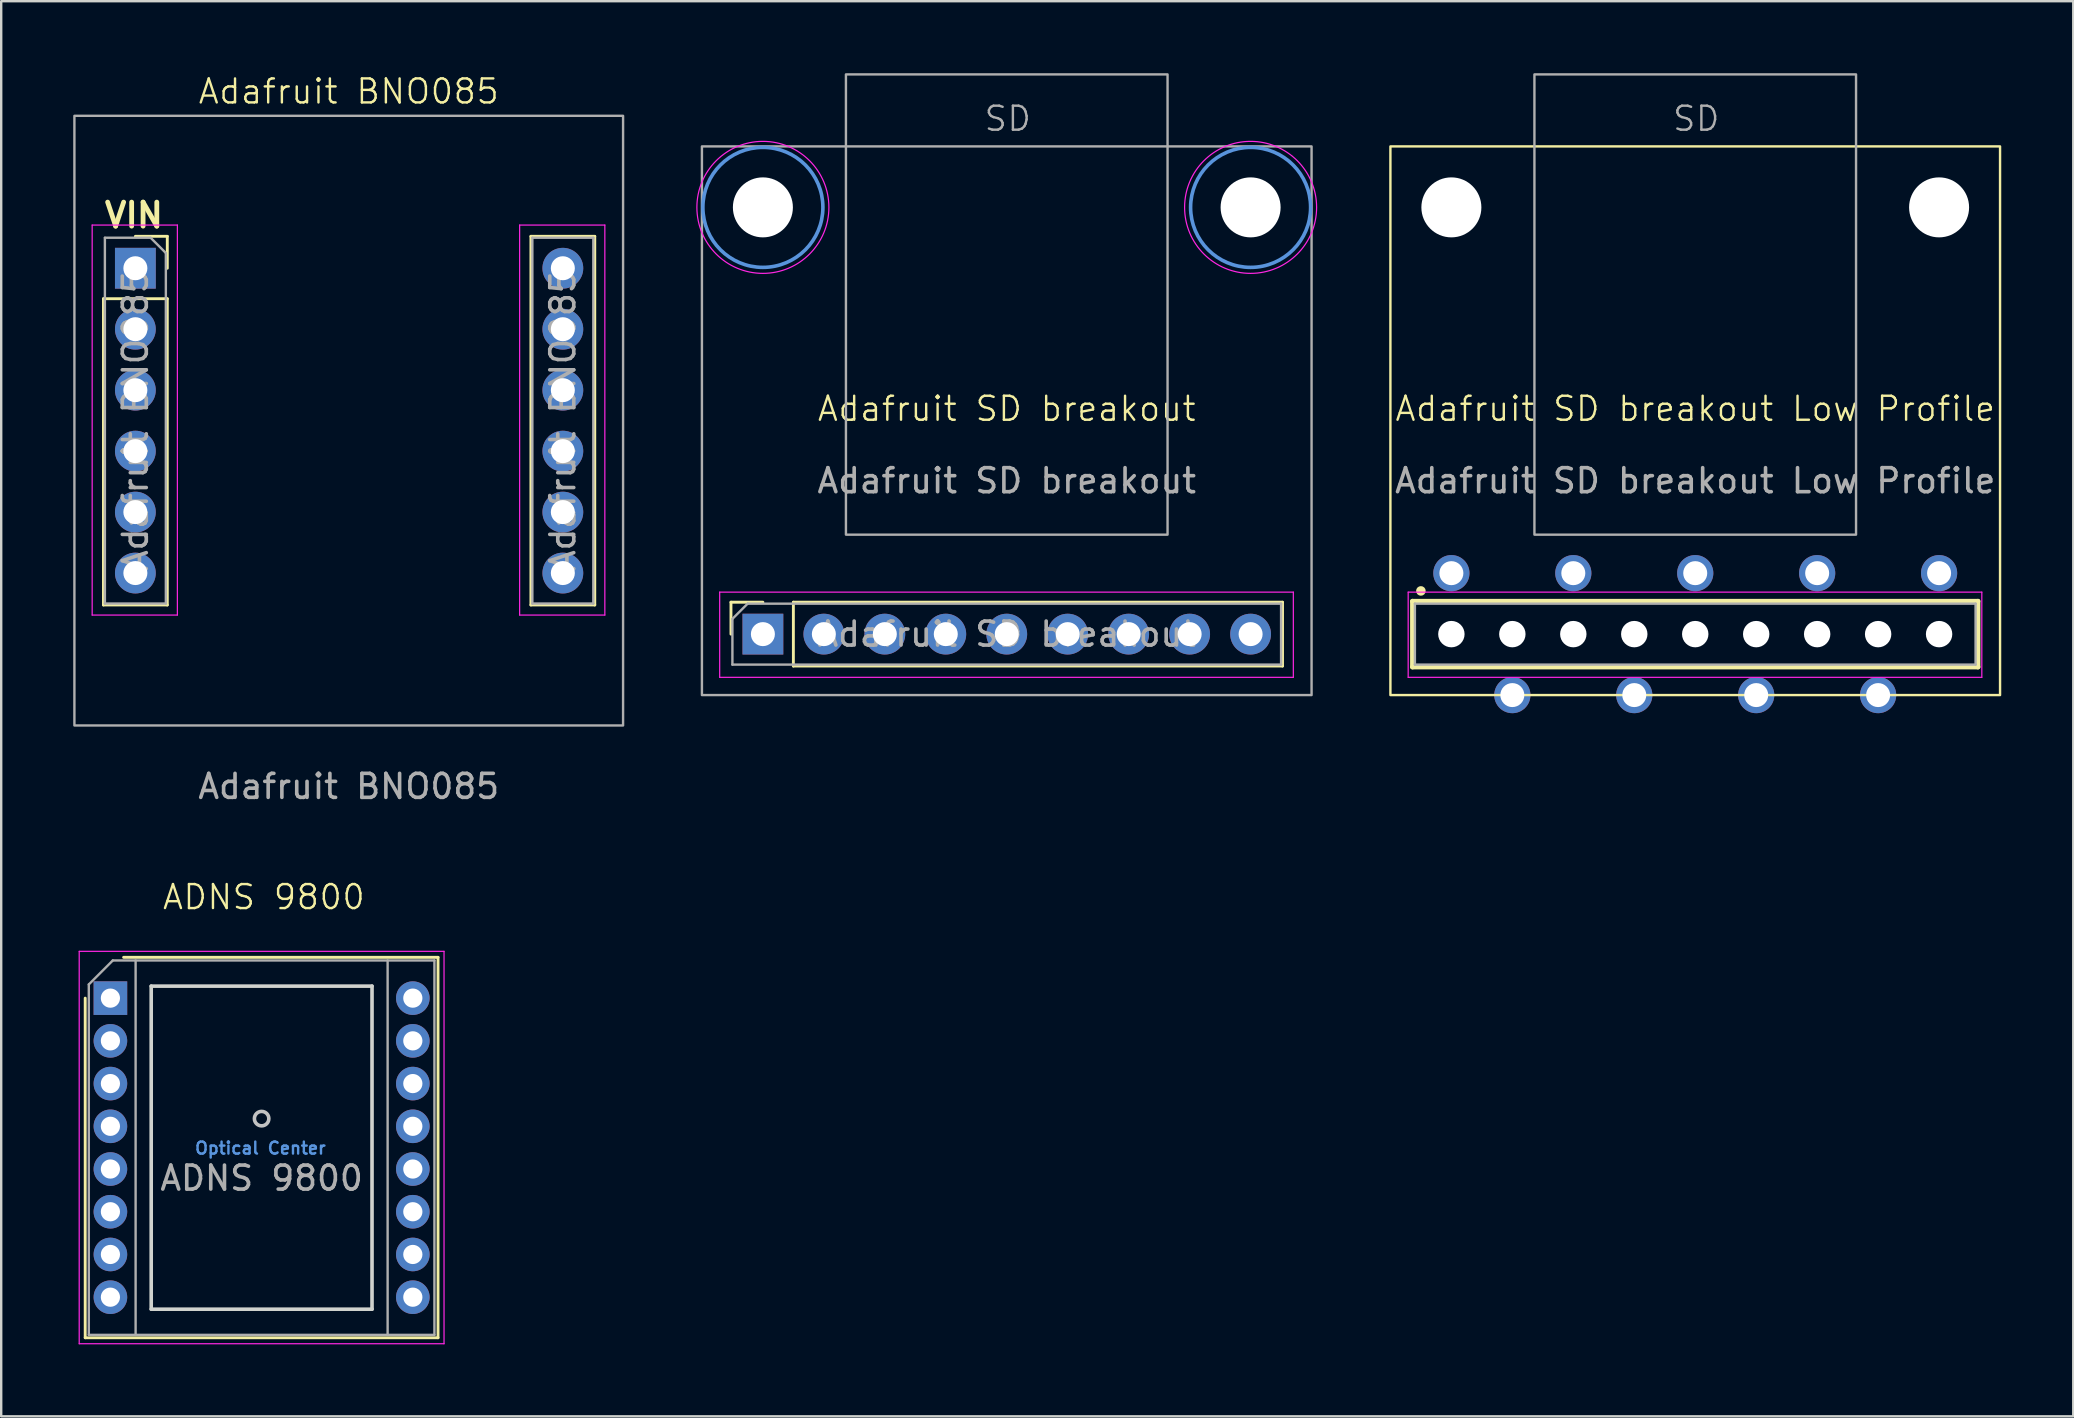
<source format=kicad_pcb>
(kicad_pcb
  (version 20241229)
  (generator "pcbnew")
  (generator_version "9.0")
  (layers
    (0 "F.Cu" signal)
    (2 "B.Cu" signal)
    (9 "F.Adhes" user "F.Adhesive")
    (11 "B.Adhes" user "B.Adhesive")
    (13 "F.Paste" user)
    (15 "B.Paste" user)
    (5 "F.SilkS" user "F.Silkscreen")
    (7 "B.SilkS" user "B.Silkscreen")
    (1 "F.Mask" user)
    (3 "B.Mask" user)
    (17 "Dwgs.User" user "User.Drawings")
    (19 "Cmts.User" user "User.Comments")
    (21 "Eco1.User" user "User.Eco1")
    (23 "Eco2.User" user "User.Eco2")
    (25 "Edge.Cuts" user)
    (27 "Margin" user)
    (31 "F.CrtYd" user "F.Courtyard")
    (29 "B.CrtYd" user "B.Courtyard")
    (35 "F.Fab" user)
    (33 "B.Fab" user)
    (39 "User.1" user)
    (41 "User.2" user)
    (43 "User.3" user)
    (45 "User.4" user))
  (footprint "Adafruit SD breakout Low Profile"
    (layer "F.Cu")
    (at 67.58 14.48)
    (property "Reference" "Adafruit SD breakout Low Profile" (at 0 -0.5 0) (unlocked yes) (layer "F.SilkS") (effects (font (size 1 1) (thickness 0.1))))
    (attr through_hole)
    (fp_line (start -11.78 7.52) (end 11.78 7.52) (stroke (width 0.2) (type solid)) (layer "F.SilkS"))
    (fp_line (start -11.78 10.26) (end -11.78 7.52) (stroke (width 0.2) (type solid)) (layer "F.SilkS"))
    (fp_line (start 11.78 7.52) (end 11.78 10.26) (stroke (width 0.2) (type solid)) (layer "F.SilkS"))
    (fp_line (start 11.78 10.26) (end -11.78 10.26) (stroke (width 0.2) (type solid)) (layer "F.SilkS"))
    (fp_rect (start -12.7 -11.43) (end 12.7 11.43) (stroke (width 0.1) (type default)) (fill no) (layer "F.SilkS"))
    (fp_circle (center -11.43 7.09) (end -11.33 7.09) (stroke (width 0.2) (type solid)) (fill no) (layer "F.SilkS"))
    (fp_line (start -11.96 7.14) (end 11.94 7.14) (stroke (width 0.05) (type solid)) (layer "F.CrtYd"))
    (fp_line (start -11.96 10.69) (end -11.96 7.14) (stroke (width 0.05) (type solid)) (layer "F.CrtYd"))
    (fp_line (start 11.94 7.14) (end 11.94 10.69) (stroke (width 0.05) (type solid)) (layer "F.CrtYd"))
    (fp_line (start 11.94 10.69) (end -11.96 10.69) (stroke (width 0.05) (type solid)) (layer "F.CrtYd"))
    (fp_line (start -11.68 7.62) (end 11.68 7.62) (stroke (width 0.1) (type solid)) (layer "F.Fab"))
    (fp_line (start -11.68 10.16) (end -11.68 7.62) (stroke (width 0.1) (type solid)) (layer "F.Fab"))
    (fp_line (start 11.68 7.62) (end 11.68 10.16) (stroke (width 0.1) (type solid)) (layer "F.Fab"))
    (fp_line (start 11.68 10.16) (end -11.68 10.16) (stroke (width 0.1) (type solid)) (layer "F.Fab"))
    (fp_rect (start -6.7 -14.43) (end 6.7 4.745) (stroke (width 0.1) (type default)) (fill no) (layer "F.Fab"))
    (fp_text user "${REFERENCE}" (at 0 2.5 0) (unlocked yes) (layer "F.Fab") (effects (font (size 1 1) (thickness 0.15))))
    (fp_text user "SD" (at -1 -12 0) (unlocked yes) (layer "F.Fab") (effects (font (size 1 1) (thickness 0.1)) (justify left bottom)))
    (pad "" np_thru_hole circle (at -10.16 -8.89) (size 2.5 2.5) (drill 2.5) (layers "*.Cu" "*.Mask"))
    (pad "" np_thru_hole circle (at -10.16 8.89) (size 1.1 1.1) (drill 1.1) (layers "*.Cu" "*.Mask"))
    (pad "" np_thru_hole circle (at -7.62 8.89) (size 1.1 1.1) (drill 1.1) (layers "*.Cu" "*.Mask"))
    (pad "" np_thru_hole circle (at -5.08 8.89) (size 1.1 1.1) (drill 1.1) (layers "*.Cu" "*.Mask"))
    (pad "" np_thru_hole circle (at -2.54 8.89) (size 1.1 1.1) (drill 1.1) (layers "*.Cu" "*.Mask"))
    (pad "" np_thru_hole circle (at 0 8.89) (size 1.1 1.1) (drill 1.1) (layers "*.Cu" "*.Mask"))
    (pad "" np_thru_hole circle (at 2.54 8.89) (size 1.1 1.1) (drill 1.1) (layers "*.Cu" "*.Mask"))
    (pad "" np_thru_hole circle (at 5.08 8.89) (size 1.1 1.1) (drill 1.1) (layers "*.Cu" "*.Mask"))
    (pad "" np_thru_hole circle (at 7.62 8.89) (size 1.1 1.1) (drill 1.1) (layers "*.Cu" "*.Mask"))
    (pad "" np_thru_hole circle (at 10.16 -8.89) (size 2.5 2.5) (drill 2.5) (layers "*.Cu" "*.Mask"))
    (pad "" np_thru_hole circle (at 10.16 8.89) (size 1.1 1.1) (drill 1.1) (layers "*.Cu" "*.Mask"))
    (pad "1" thru_hole circle (at -10.16 6.35) (size 1.508 1.508) (drill 1) (layers "*.Cu" "*.Mask"))
    (pad "2" thru_hole circle (at -7.62 11.43) (size 1.508 1.508) (drill 1) (layers "*.Cu" "*.Mask"))
    (pad "3" thru_hole circle (at -5.08 6.35) (size 1.508 1.508) (drill 1) (layers "*.Cu" "*.Mask"))
    (pad "4" thru_hole circle (at -2.54 11.43) (size 1.508 1.508) (drill 1) (layers "*.Cu" "*.Mask"))
    (pad "5" thru_hole circle (at 0 6.35) (size 1.508 1.508) (drill 1) (layers "*.Cu" "*.Mask"))
    (pad "6" thru_hole circle (at 2.54 11.43) (size 1.508 1.508) (drill 1) (layers "*.Cu" "*.Mask"))
    (pad "7" thru_hole circle (at 5.08 6.35) (size 1.508 1.508) (drill 1) (layers "*.Cu" "*.Mask"))
    (pad "8" thru_hole circle (at 7.62 11.43) (size 1.508 1.508) (drill 1) (layers "*.Cu" "*.Mask"))
    (pad "9" thru_hole circle (at 10.16 6.35) (size 1.508 1.508) (drill 1) (layers "*.Cu" "*.Mask")))
  (footprint "Adafruit BNO085"
    (layer "F.Cu")
    (at 11.48 14.476)
    (property "Reference" "Adafruit BNO085" (at 0 -13.716 0) (unlocked yes) (layer "F.SilkS") (effects (font (size 1 1) (thickness 0.1))))
    (attr through_hole)
    (fp_line (start -10.22 -5.08) (end -10.22 7.68) (stroke (width 0.12) (type solid)) (layer "F.SilkS"))
    (fp_line (start -10.22 -5.08) (end -7.56 -5.08) (stroke (width 0.12) (type solid)) (layer "F.SilkS"))
    (fp_line (start -10.22 7.68) (end -7.56 7.68) (stroke (width 0.12) (type solid)) (layer "F.SilkS"))
    (fp_line (start -8.89 -7.68) (end -7.56 -7.68) (stroke (width 0.12) (type solid)) (layer "F.SilkS"))
    (fp_line (start -7.56 -7.68) (end -7.56 -6.35) (stroke (width 0.12) (type solid)) (layer "F.SilkS"))
    (fp_line (start -7.56 -5.08) (end -7.56 7.68) (stroke (width 0.12) (type solid)) (layer "F.SilkS"))
    (fp_line (start 7.59 -7.68) (end 7.59 7.68) (stroke (width 0.12) (type solid)) (layer "F.SilkS"))
    (fp_line (start 7.59 -7.68) (end 10.25 -7.68) (stroke (width 0.12) (type solid)) (layer "F.SilkS"))
    (fp_line (start 7.59 7.68) (end 10.25 7.68) (stroke (width 0.12) (type solid)) (layer "F.SilkS"))
    (fp_line (start 10.25 -7.68) (end 10.25 7.68) (stroke (width 0.12) (type solid)) (layer "F.SilkS"))
    (fp_line (start -10.69 -8.15) (end -7.14 -8.15) (stroke (width 0.05) (type solid)) (layer "F.CrtYd"))
    (fp_line (start -10.69 8.1) (end -10.69 -8.15) (stroke (width 0.05) (type solid)) (layer "F.CrtYd"))
    (fp_line (start -7.14 -8.15) (end -7.14 8.1) (stroke (width 0.05) (type solid)) (layer "F.CrtYd"))
    (fp_line (start -7.14 8.1) (end -10.69 8.1) (stroke (width 0.05) (type solid)) (layer "F.CrtYd"))
    (fp_line (start 7.12 -8.15) (end 10.67 -8.15) (stroke (width 0.05) (type solid)) (layer "F.CrtYd"))
    (fp_line (start 7.12 8.1) (end 7.12 -8.15) (stroke (width 0.05) (type solid)) (layer "F.CrtYd"))
    (fp_line (start 10.67 -8.15) (end 10.67 8.1) (stroke (width 0.05) (type solid)) (layer "F.CrtYd"))
    (fp_line (start 10.67 8.1) (end 7.12 8.1) (stroke (width 0.05) (type solid)) (layer "F.CrtYd"))
    (fp_line (start -10.16 -7.62) (end -8.255 -7.62) (stroke (width 0.1) (type solid)) (layer "F.Fab"))
    (fp_line (start -10.16 7.62) (end -10.16 -7.62) (stroke (width 0.1) (type solid)) (layer "F.Fab"))
    (fp_line (start -8.255 -7.62) (end -7.62 -6.985) (stroke (width 0.1) (type solid)) (layer "F.Fab"))
    (fp_line (start -7.62 -6.985) (end -7.62 7.62) (stroke (width 0.1) (type solid)) (layer "F.Fab"))
    (fp_line (start -7.62 7.62) (end -10.16 7.62) (stroke (width 0.1) (type solid)) (layer "F.Fab"))
    (fp_line (start 7.65 -7.62) (end 10.19 -7.62) (stroke (width 0.1) (type solid)) (layer "F.Fab"))
    (fp_line (start 7.65 7.62) (end 7.65 -7.62) (stroke (width 0.1) (type solid)) (layer "F.Fab"))
    (fp_line (start 10.19 -7.62) (end 10.19 7.62) (stroke (width 0.1) (type solid)) (layer "F.Fab"))
    (fp_line (start 10.19 7.62) (end 7.65 7.62) (stroke (width 0.1) (type solid)) (layer "F.Fab"))
    (fp_rect (start -11.43 -12.7) (end 11.43 12.7) (stroke (width 0.1) (type default)) (fill no) (layer "F.Fab"))
    (fp_text user "VIN" (at -10.272 -7.972 0) (unlocked yes) (layer "F.SilkS") (effects (font (size 1 1) (thickness 0.2) (bold yes)) (justify left bottom)))
    (fp_text user "${REFERENCE}" (at -8.89 0 90) (layer "F.Fab") (effects (font (size 1 1) (thickness 0.15))))
    (fp_text user "${REFERENCE}" (at 8.92 0 90) (layer "F.Fab") (effects (font (size 1 1) (thickness 0.15))))
    (fp_text user "${REFERENCE}" (at 0 15.24 0) (unlocked yes) (layer "F.Fab") (effects (font (size 1 1) (thickness 0.15))))
    (pad "1" thru_hole rect (at -8.89 -6.35) (size 1.7 1.7) (drill 1) (layers "*.Cu" "*.Mask"))
    (pad "2" thru_hole oval (at -8.89 -3.81) (size 1.7 1.7) (drill 1) (layers "*.Cu" "*.Mask"))
    (pad "3" thru_hole oval (at -8.89 -1.27) (size 1.7 1.7) (drill 1) (layers "*.Cu" "*.Mask"))
    (pad "4" thru_hole oval (at -8.89 1.27) (size 1.7 1.7) (drill 1) (layers "*.Cu" "*.Mask"))
    (pad "5" thru_hole oval (at -8.89 3.81) (size 1.7 1.7) (drill 1) (layers "*.Cu" "*.Mask"))
    (pad "6" thru_hole oval (at -8.89 6.35) (size 1.7 1.7) (drill 1) (layers "*.Cu" "*.Mask"))
    (pad "7" thru_hole circle (at 8.92 -6.35) (size 1.7 1.7) (drill 1) (layers "*.Cu" "*.Mask"))
    (pad "8" thru_hole oval (at 8.92 -3.81) (size 1.7 1.7) (drill 1) (layers "*.Cu" "*.Mask"))
    (pad "9" thru_hole oval (at 8.92 -1.27) (size 1.7 1.7) (drill 1) (layers "*.Cu" "*.Mask"))
    (pad "10" thru_hole oval (at 8.92 1.27) (size 1.7 1.7) (drill 1) (layers "*.Cu" "*.Mask"))
    (pad "11" thru_hole oval (at 8.92 3.81) (size 1.7 1.7) (drill 1) (layers "*.Cu" "*.Mask"))
    (pad "12" thru_hole oval (at 8.92 6.35) (size 1.7 1.7) (drill 1) (layers "*.Cu" "*.Mask")))
  (footprint "Adafruit SD breakout"
    (layer "F.Cu")
    (at 38.895 14.48)
    (property "Reference" "Adafruit SD breakout" (at 0 -0.5 0) (unlocked yes) (layer "F.SilkS") (effects (font (size 1 1) (thickness 0.1))))
    (attr through_hole)
    (fp_line (start -11.49 7.56) (end -10.16 7.56) (stroke (width 0.12) (type solid)) (layer "F.SilkS"))
    (fp_line (start -11.49 8.89) (end -11.49 7.56) (stroke (width 0.12) (type solid)) (layer "F.SilkS"))
    (fp_line (start -8.89 7.56) (end 11.49 7.56) (stroke (width 0.12) (type solid)) (layer "F.SilkS"))
    (fp_line (start -8.89 10.22) (end -8.89 7.56) (stroke (width 0.12) (type solid)) (layer "F.SilkS"))
    (fp_line (start -8.89 10.22) (end 11.49 10.22) (stroke (width 0.12) (type solid)) (layer "F.SilkS"))
    (fp_line (start 11.49 10.22) (end 11.49 7.56) (stroke (width 0.12) (type solid)) (layer "F.SilkS"))
    (fp_circle (center -10.16 -8.89) (end -7.66 -8.89) (stroke (width 0.15) (type solid)) (fill no) (layer "Cmts.User"))
    (fp_circle (center 10.16 -8.89) (end 12.66 -8.89) (stroke (width 0.15) (type solid)) (fill no) (layer "Cmts.User"))
    (fp_line (start -11.96 7.14) (end 11.94 7.14) (stroke (width 0.05) (type solid)) (layer "F.CrtYd"))
    (fp_line (start -11.96 10.69) (end -11.96 7.14) (stroke (width 0.05) (type solid)) (layer "F.CrtYd"))
    (fp_line (start 11.94 7.14) (end 11.94 10.69) (stroke (width 0.05) (type solid)) (layer "F.CrtYd"))
    (fp_line (start 11.94 10.69) (end -11.96 10.69) (stroke (width 0.05) (type solid)) (layer "F.CrtYd"))
    (fp_circle (center -10.16 -8.89) (end -7.41 -8.89) (stroke (width 0.05) (type solid)) (fill no) (layer "F.CrtYd"))
    (fp_circle (center 10.16 -8.89) (end 12.91 -8.89) (stroke (width 0.05) (type solid)) (fill no) (layer "F.CrtYd"))
    (fp_line (start -11.43 8.255) (end -10.795 7.62) (stroke (width 0.1) (type solid)) (layer "F.Fab"))
    (fp_line (start -11.43 10.16) (end -11.43 8.255) (stroke (width 0.1) (type solid)) (layer "F.Fab"))
    (fp_line (start -10.795 7.62) (end 11.43 7.62) (stroke (width 0.1) (type solid)) (layer "F.Fab"))
    (fp_line (start 11.43 7.62) (end 11.43 10.16) (stroke (width 0.1) (type solid)) (layer "F.Fab"))
    (fp_line (start 11.43 10.16) (end -11.43 10.16) (stroke (width 0.1) (type solid)) (layer "F.Fab"))
    (fp_rect (start -12.7 -11.43) (end 12.7 11.43) (stroke (width 0.1) (type default)) (fill no) (layer "F.Fab"))
    (fp_rect (start -6.7 -14.43) (end 6.7 4.745) (stroke (width 0.1) (type default)) (fill no) (layer "F.Fab"))
    (fp_text user "${REFERENCE}" (at 0 2.5 0) (unlocked yes) (layer "F.Fab") (effects (font (size 1 1) (thickness 0.15))))
    (fp_text user "${REFERENCE}" (at 0 8.89 180) (layer "F.Fab") (effects (font (size 1 1) (thickness 0.15))))
    (fp_text user "SD" (at -1 -12 0) (unlocked yes) (layer "F.Fab") (effects (font (size 1 1) (thickness 0.1)) (justify left bottom)))
    (pad "" np_thru_hole circle (at -10.16 -8.89) (size 2.5 2.5) (drill 2.5) (layers "*.Cu" "*.Mask"))
    (pad "" np_thru_hole circle (at 10.16 -8.89) (size 2.5 2.5) (drill 2.5) (layers "*.Cu" "*.Mask"))
    (pad "1" thru_hole rect (at -10.16 8.89 90) (size 1.7 1.7) (drill 1) (layers "*.Cu" "*.Mask"))
    (pad "2" thru_hole oval (at -7.62 8.89 90) (size 1.7 1.7) (drill 1) (layers "*.Cu" "*.Mask"))
    (pad "3" thru_hole oval (at -5.08 8.89 90) (size 1.7 1.7) (drill 1) (layers "*.Cu" "*.Mask"))
    (pad "4" thru_hole oval (at -2.54 8.89 90) (size 1.7 1.7) (drill 1) (layers "*.Cu" "*.Mask"))
    (pad "5" thru_hole oval (at 0 8.89 90) (size 1.7 1.7) (drill 1) (layers "*.Cu" "*.Mask"))
    (pad "6" thru_hole oval (at 2.54 8.89 90) (size 1.7 1.7) (drill 1) (layers "*.Cu" "*.Mask"))
    (pad "7" thru_hole oval (at 5.08 8.89 90) (size 1.7 1.7) (drill 1) (layers "*.Cu" "*.Mask"))
    (pad "8" thru_hole oval (at 7.62 8.89 90) (size 1.7 1.7) (drill 1) (layers "*.Cu" "*.Mask"))
    (pad "9" thru_hole oval (at 10.16 8.89 90) (size 1.7 1.7) (drill 1) (layers "*.Cu" "*.Mask")))
  (footprint "ADNS 9800"
    (layer "F.Cu")
    (at 0.25 36.586)
    (property "Reference" "ADNS 9800" (at 7.692 -2.261 0) (unlocked yes) (layer "F.SilkS") (effects (font (size 1 1) (thickness 0.1))))
    (attr through_hole)
    (fp_line (start 0.25 16.1) (end 0.25 1.95) (stroke (width 0.12) (type solid)) (layer "F.SilkS"))
    (fp_line (start 1.85 0.25) (end 14.95 0.25) (stroke (width 0.12) (type solid)) (layer "F.SilkS"))
    (fp_line (start 14.95 0.25) (end 14.95 16.1) (stroke (width 0.12) (type solid)) (layer "F.SilkS"))
    (fp_line (start 14.95 16.1) (end 0.25 16.1) (stroke (width 0.12) (type solid)) (layer "F.SilkS"))
    (fp_circle (center 7.6 6.97) (end 7.3 6.95) (stroke (width 0.15) (type solid)) (fill no) (layer "Dwgs.User"))
    (fp_line (start 3 1.45) (end 12.2 1.45) (stroke (width 0.15) (type solid)) (layer "Edge.Cuts"))
    (fp_line (start 3 14.91) (end 3 1.45) (stroke (width 0.15) (type solid)) (layer "Edge.Cuts"))
    (fp_line (start 12.2 1.45) (end 12.2 14.91) (stroke (width 0.15) (type solid)) (layer "Edge.Cuts"))
    (fp_line (start 12.2 14.91) (end 3 14.91) (stroke (width 0.15) (type solid)) (layer "Edge.Cuts"))
    (fp_line (start 0 0) (end 15.2 0) (stroke (width 0.05) (type solid)) (layer "F.CrtYd"))
    (fp_line (start 0 16.35) (end 0 0) (stroke (width 0.05) (type solid)) (layer "F.CrtYd"))
    (fp_line (start 15.2 0) (end 15.2 16.35) (stroke (width 0.05) (type solid)) (layer "F.CrtYd"))
    (fp_line (start 15.2 16.35) (end 0 16.35) (stroke (width 0.05) (type solid)) (layer "F.CrtYd"))
    (fp_line (start 0.4 15.98) (end 0.4 1.38) (stroke (width 0.1) (type solid)) (layer "F.Fab"))
    (fp_line (start 1.4 0.38) (end 0.4 1.38) (stroke (width 0.1) (type solid)) (layer "F.Fab"))
    (fp_line (start 1.4 0.38) (end 14.8 0.38) (stroke (width 0.1) (type solid)) (layer "F.Fab"))
    (fp_line (start 2.35 0.38) (end 2.35 15.98) (stroke (width 0.1) (type solid)) (layer "F.Fab"))
    (fp_line (start 12.85 0.38) (end 12.85 15.98) (stroke (width 0.1) (type solid)) (layer "F.Fab"))
    (fp_line (start 14.8 0.38) (end 14.8 15.98) (stroke (width 0.1) (type solid)) (layer "F.Fab"))
    (fp_line (start 14.8 15.98) (end 0.4 15.98) (stroke (width 0.1) (type solid)) (layer "F.Fab"))
    (fp_text user "Optical Center" (at 7.55 8.2 180) (layer "Cmts.User") (effects (font (size 0.5 0.5) (thickness 0.1))))
    (fp_text user "${REFERENCE}" (at 7.6 9.45 0) (layer "F.Fab") (effects (font (size 1 1) (thickness 0.15))))
    (pad "1" thru_hole rect (at 1.3 1.95) (size 1.4 1.4) (drill 0.8) (layers "*.Cu" "*.Mask"))
    (pad "2" thru_hole circle (at 1.3 3.73) (size 1.4 1.4) (drill 0.8) (layers "*.Cu" "*.Mask"))
    (pad "3" thru_hole circle (at 1.3 5.51) (size 1.4 1.4) (drill 0.8) (layers "*.Cu" "*.Mask"))
    (pad "4" thru_hole circle (at 1.3 7.29) (size 1.4 1.4) (drill 0.8) (layers "*.Cu" "*.Mask"))
    (pad "5" thru_hole circle (at 1.3 9.07) (size 1.4 1.4) (drill 0.8) (layers "*.Cu" "*.Mask"))
    (pad "6" thru_hole circle (at 1.3 10.85) (size 1.4 1.4) (drill 0.8) (layers "*.Cu" "*.Mask"))
    (pad "7" thru_hole circle (at 1.3 12.63) (size 1.4 1.4) (drill 0.8) (layers "*.Cu" "*.Mask"))
    (pad "8" thru_hole circle (at 1.3 14.41) (size 1.4 1.4) (drill 0.8) (layers "*.Cu" "*.Mask"))
    (pad "9" thru_hole circle (at 13.9 14.41) (size 1.4 1.4) (drill 0.8) (layers "*.Cu" "*.Mask"))
    (pad "10" thru_hole circle (at 13.9 12.63) (size 1.4 1.4) (drill 0.8) (layers "*.Cu" "*.Mask"))
    (pad "11" thru_hole circle (at 13.9 10.85) (size 1.4 1.4) (drill 0.8) (layers "*.Cu" "*.Mask"))
    (pad "12" thru_hole circle (at 13.9 9.07) (size 1.4 1.4) (drill 0.8) (layers "*.Cu" "*.Mask"))
    (pad "13" thru_hole circle (at 13.9 7.29) (size 1.4 1.4) (drill 0.8) (layers "*.Cu" "*.Mask"))
    (pad "14" thru_hole circle (at 13.9 5.51) (size 1.4 1.4) (drill 0.8) (layers "*.Cu" "*.Mask"))
    (pad "15" thru_hole circle (at 13.9 3.73) (size 1.4 1.4) (drill 0.8) (layers "*.Cu" "*.Mask"))
    (pad "16" thru_hole circle (at 13.9 1.95) (size 1.4 1.4) (drill 0.8) (layers "*.Cu" "*.Mask")))
  (gr_rect
    (start -3 -3)
    (end 83.33 55.961)
    (stroke (width 0.1) (type default))
    (fill no)
    (layer "Edge.Cuts")))
</source>
